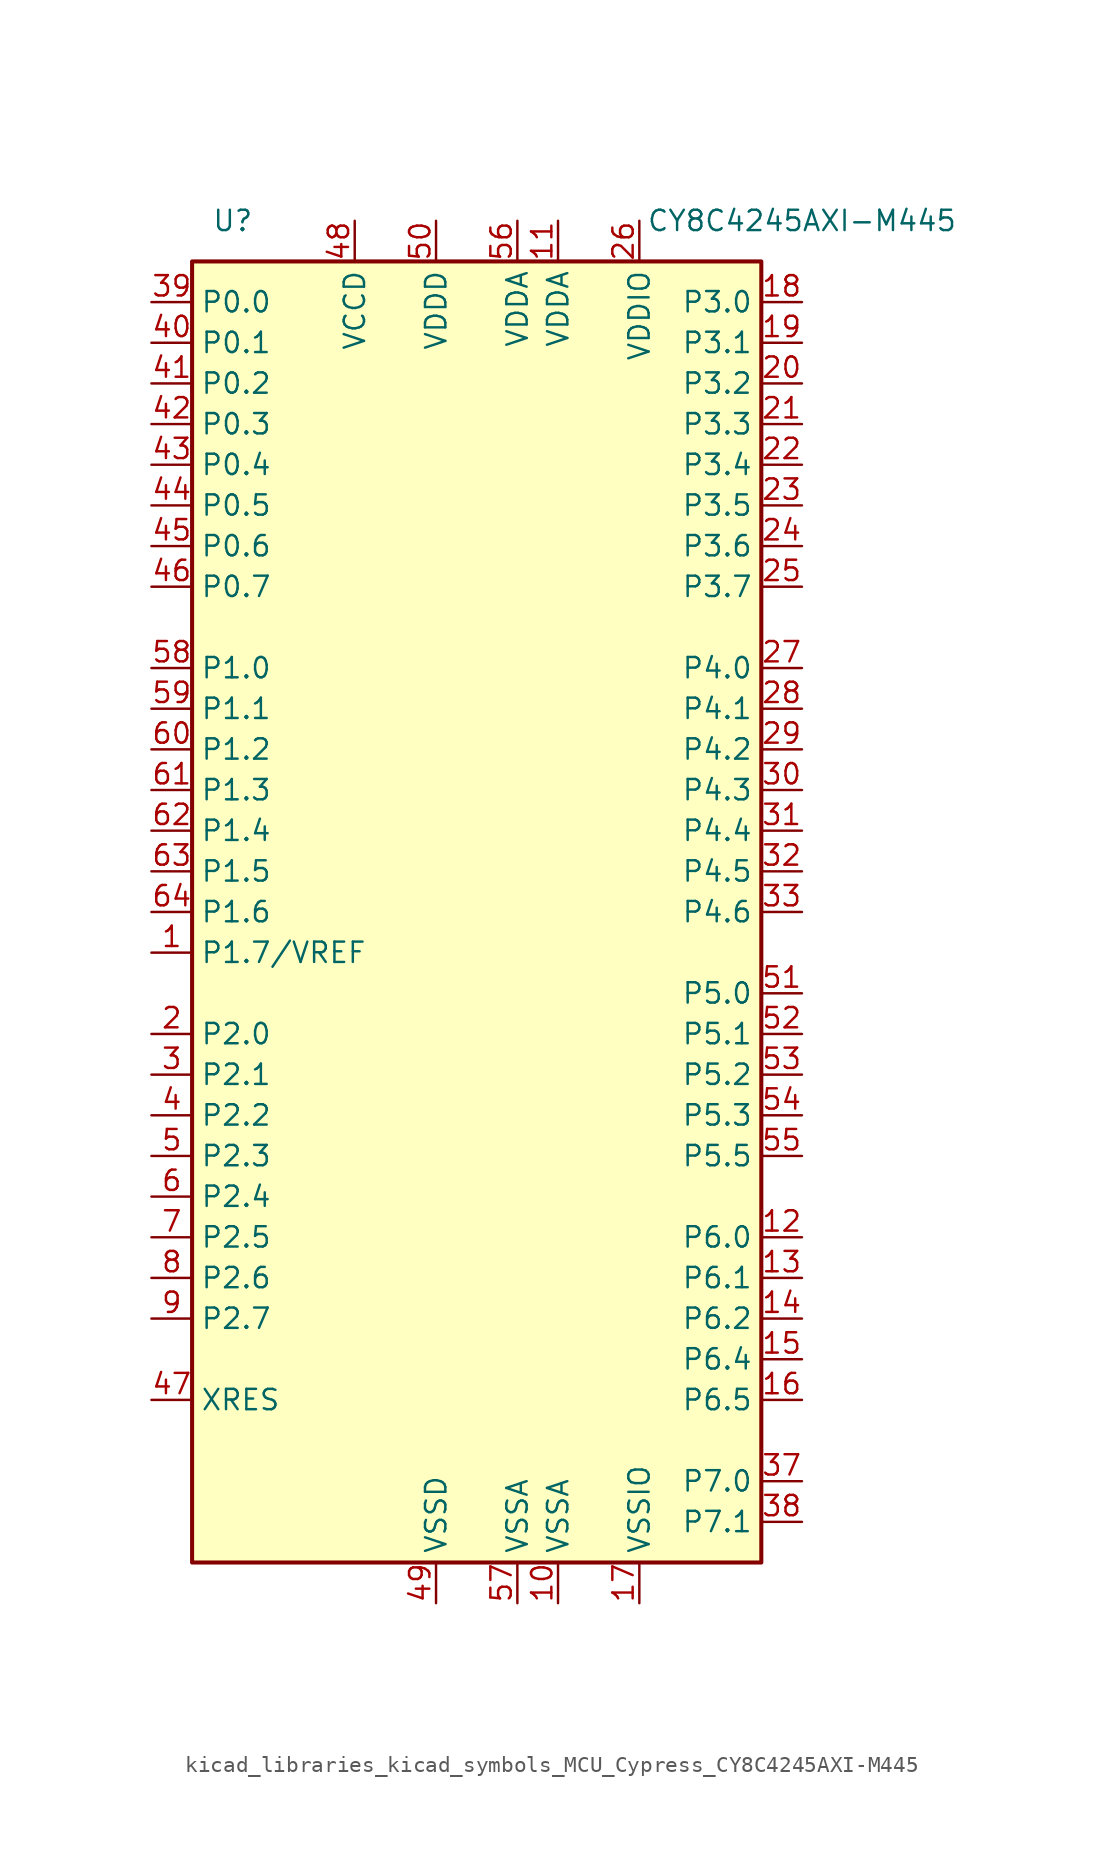
<source format=kicad_sym>
(kicad_symbol_lib
  (version 20220914)
  (generator kicad_symbol_editor)
  (symbol "kicad_libraries_kicad_symbols_MCU_Cypress_CY8C4245AXI-M445"
    (property "Reference" "U"
      (at -15.24 43.18 0)
      (effects (font (size 1.27 1.27))))
    (property "Value" "CY8C4245AXI-M445"
      (at 20.32 43.18 0)
      (effects (font (size 1.27 1.27))))
    (symbol "kicad_libraries_kicad_symbols_MCU_Cypress_CY8C4245AXI-M445_0_1"
      (rectangle (start -17.78 40.64) (end 17.78 -40.64) (stroke (width 0.254) (type default)) (fill (type background))))
    (symbol "kicad_libraries_kicad_symbols_MCU_Cypress_CY8C4245AXI-M445_1_1"
      (pin bidirectional line (at -20.32 -2.54 0) (length 2.54) (name "P1.7/VREF" (effects (font (size 1.27 1.27)))) (number "1" (effects (font (size 1.27 1.27)))))
      (pin power_in line (at 5.08 -43.18 90) (length 2.54) (name "VSSA" (effects (font (size 1.27 1.27)))) (number "10" (effects (font (size 1.27 1.27)))))
      (pin power_in line (at 5.08 43.18 270) (length 2.54) (name "VDDA" (effects (font (size 1.27 1.27)))) (number "11" (effects (font (size 1.27 1.27)))))
      (pin bidirectional line (at 20.32 -20.32 180) (length 2.54) (name "P6.0" (effects (font (size 1.27 1.27)))) (number "12" (effects (font (size 1.27 1.27)))))
      (pin bidirectional line (at 20.32 -22.86 180) (length 2.54) (name "P6.1" (effects (font (size 1.27 1.27)))) (number "13" (effects (font (size 1.27 1.27)))))
      (pin bidirectional line (at 20.32 -25.4 180) (length 2.54) (name "P6.2" (effects (font (size 1.27 1.27)))) (number "14" (effects (font (size 1.27 1.27)))))
      (pin bidirectional line (at 20.32 -27.94 180) (length 2.54) (name "P6.4" (effects (font (size 1.27 1.27)))) (number "15" (effects (font (size 1.27 1.27)))))
      (pin bidirectional line (at 20.32 -30.48 180) (length 2.54) (name "P6.5" (effects (font (size 1.27 1.27)))) (number "16" (effects (font (size 1.27 1.27)))))
      (pin power_in line (at 10.16 -43.18 90) (length 2.54) (name "VSSIO" (effects (font (size 1.27 1.27)))) (number "17" (effects (font (size 1.27 1.27)))))
      (pin bidirectional line (at 20.32 38.1 180) (length 2.54) (name "P3.0" (effects (font (size 1.27 1.27)))) (number "18" (effects (font (size 1.27 1.27)))))
      (pin bidirectional line (at 20.32 35.56 180) (length 2.54) (name "P3.1" (effects (font (size 1.27 1.27)))) (number "19" (effects (font (size 1.27 1.27)))))
      (pin bidirectional line (at -20.32 -7.62 0) (length 2.54) (name "P2.0" (effects (font (size 1.27 1.27)))) (number "2" (effects (font (size 1.27 1.27)))))
      (pin bidirectional line (at 20.32 33.02 180) (length 2.54) (name "P3.2" (effects (font (size 1.27 1.27)))) (number "20" (effects (font (size 1.27 1.27)))))
      (pin bidirectional line (at 20.32 30.48 180) (length 2.54) (name "P3.3" (effects (font (size 1.27 1.27)))) (number "21" (effects (font (size 1.27 1.27)))))
      (pin bidirectional line (at 20.32 27.94 180) (length 2.54) (name "P3.4" (effects (font (size 1.27 1.27)))) (number "22" (effects (font (size 1.27 1.27)))))
      (pin bidirectional line (at 20.32 25.4 180) (length 2.54) (name "P3.5" (effects (font (size 1.27 1.27)))) (number "23" (effects (font (size 1.27 1.27)))))
      (pin bidirectional line (at 20.32 22.86 180) (length 2.54) (name "P3.6" (effects (font (size 1.27 1.27)))) (number "24" (effects (font (size 1.27 1.27)))))
      (pin bidirectional line (at 20.32 20.32 180) (length 2.54) (name "P3.7" (effects (font (size 1.27 1.27)))) (number "25" (effects (font (size 1.27 1.27)))))
      (pin power_in line (at 10.16 43.18 270) (length 2.54) (name "VDDIO" (effects (font (size 1.27 1.27)))) (number "26" (effects (font (size 1.27 1.27)))))
      (pin bidirectional line (at 20.32 15.24 180) (length 2.54) (name "P4.0" (effects (font (size 1.27 1.27)))) (number "27" (effects (font (size 1.27 1.27)))))
      (pin bidirectional line (at 20.32 12.7 180) (length 2.54) (name "P4.1" (effects (font (size 1.27 1.27)))) (number "28" (effects (font (size 1.27 1.27)))))
      (pin bidirectional line (at 20.32 10.16 180) (length 2.54) (name "P4.2" (effects (font (size 1.27 1.27)))) (number "29" (effects (font (size 1.27 1.27)))))
      (pin bidirectional line (at -20.32 -10.16 0) (length 2.54) (name "P2.1" (effects (font (size 1.27 1.27)))) (number "3" (effects (font (size 1.27 1.27)))))
      (pin bidirectional line (at 20.32 7.62 180) (length 2.54) (name "P4.3" (effects (font (size 1.27 1.27)))) (number "30" (effects (font (size 1.27 1.27)))))
      (pin bidirectional line (at 20.32 5.08 180) (length 2.54) (name "P4.4" (effects (font (size 1.27 1.27)))) (number "31" (effects (font (size 1.27 1.27)))))
      (pin bidirectional line (at 20.32 2.54 180) (length 2.54) (name "P4.5" (effects (font (size 1.27 1.27)))) (number "32" (effects (font (size 1.27 1.27)))))
      (pin bidirectional line (at 20.32 0 180) (length 2.54) (name "P4.6" (effects (font (size 1.27 1.27)))) (number "33" (effects (font (size 1.27 1.27)))))
      (pin bidirectional line (at 20.32 -35.56 180) (length 2.54) (name "P7.0" (effects (font (size 1.27 1.27)))) (number "37" (effects (font (size 1.27 1.27)))))
      (pin bidirectional line (at 20.32 -38.1 180) (length 2.54) (name "P7.1" (effects (font (size 1.27 1.27)))) (number "38" (effects (font (size 1.27 1.27)))))
      (pin bidirectional line (at -20.32 38.1 0) (length 2.54) (name "P0.0" (effects (font (size 1.27 1.27)))) (number "39" (effects (font (size 1.27 1.27)))))
      (pin bidirectional line (at -20.32 -12.7 0) (length 2.54) (name "P2.2" (effects (font (size 1.27 1.27)))) (number "4" (effects (font (size 1.27 1.27)))))
      (pin bidirectional line (at -20.32 35.56 0) (length 2.54) (name "P0.1" (effects (font (size 1.27 1.27)))) (number "40" (effects (font (size 1.27 1.27)))))
      (pin bidirectional line (at -20.32 33.02 0) (length 2.54) (name "P0.2" (effects (font (size 1.27 1.27)))) (number "41" (effects (font (size 1.27 1.27)))))
      (pin bidirectional line (at -20.32 30.48 0) (length 2.54) (name "P0.3" (effects (font (size 1.27 1.27)))) (number "42" (effects (font (size 1.27 1.27)))))
      (pin bidirectional line (at -20.32 27.94 0) (length 2.54) (name "P0.4" (effects (font (size 1.27 1.27)))) (number "43" (effects (font (size 1.27 1.27)))))
      (pin bidirectional line (at -20.32 25.4 0) (length 2.54) (name "P0.5" (effects (font (size 1.27 1.27)))) (number "44" (effects (font (size 1.27 1.27)))))
      (pin bidirectional line (at -20.32 22.86 0) (length 2.54) (name "P0.6" (effects (font (size 1.27 1.27)))) (number "45" (effects (font (size 1.27 1.27)))))
      (pin bidirectional line (at -20.32 20.32 0) (length 2.54) (name "P0.7" (effects (font (size 1.27 1.27)))) (number "46" (effects (font (size 1.27 1.27)))))
      (pin input line (at -20.32 -30.48 0) (length 2.54) (name "XRES" (effects (font (size 1.27 1.27)))) (number "47" (effects (font (size 1.27 1.27)))))
      (pin power_out line (at -7.62 43.18 270) (length 2.54) (name "VCCD" (effects (font (size 1.27 1.27)))) (number "48" (effects (font (size 1.27 1.27)))))
      (pin power_in line (at -2.54 -43.18 90) (length 2.54) (name "VSSD" (effects (font (size 1.27 1.27)))) (number "49" (effects (font (size 1.27 1.27)))))
      (pin bidirectional line (at -20.32 -15.24 0) (length 2.54) (name "P2.3" (effects (font (size 1.27 1.27)))) (number "5" (effects (font (size 1.27 1.27)))))
      (pin power_in line (at -2.54 43.18 270) (length 2.54) (name "VDDD" (effects (font (size 1.27 1.27)))) (number "50" (effects (font (size 1.27 1.27)))))
      (pin bidirectional line (at 20.32 -5.08 180) (length 2.54) (name "P5.0" (effects (font (size 1.27 1.27)))) (number "51" (effects (font (size 1.27 1.27)))))
      (pin bidirectional line (at 20.32 -7.62 180) (length 2.54) (name "P5.1" (effects (font (size 1.27 1.27)))) (number "52" (effects (font (size 1.27 1.27)))))
      (pin bidirectional line (at 20.32 -10.16 180) (length 2.54) (name "P5.2" (effects (font (size 1.27 1.27)))) (number "53" (effects (font (size 1.27 1.27)))))
      (pin bidirectional line (at 20.32 -12.7 180) (length 2.54) (name "P5.3" (effects (font (size 1.27 1.27)))) (number "54" (effects (font (size 1.27 1.27)))))
      (pin bidirectional line (at 20.32 -15.24 180) (length 2.54) (name "P5.5" (effects (font (size 1.27 1.27)))) (number "55" (effects (font (size 1.27 1.27)))))
      (pin power_in line (at 2.54 43.18 270) (length 2.54) (name "VDDA" (effects (font (size 1.27 1.27)))) (number "56" (effects (font (size 1.27 1.27)))))
      (pin power_in line (at 2.54 -43.18 90) (length 2.54) (name "VSSA" (effects (font (size 1.27 1.27)))) (number "57" (effects (font (size 1.27 1.27)))))
      (pin bidirectional line (at -20.32 15.24 0) (length 2.54) (name "P1.0" (effects (font (size 1.27 1.27)))) (number "58" (effects (font (size 1.27 1.27)))))
      (pin bidirectional line (at -20.32 12.7 0) (length 2.54) (name "P1.1" (effects (font (size 1.27 1.27)))) (number "59" (effects (font (size 1.27 1.27)))))
      (pin bidirectional line (at -20.32 -17.78 0) (length 2.54) (name "P2.4" (effects (font (size 1.27 1.27)))) (number "6" (effects (font (size 1.27 1.27)))))
      (pin bidirectional line (at -20.32 10.16 0) (length 2.54) (name "P1.2" (effects (font (size 1.27 1.27)))) (number "60" (effects (font (size 1.27 1.27)))))
      (pin bidirectional line (at -20.32 7.62 0) (length 2.54) (name "P1.3" (effects (font (size 1.27 1.27)))) (number "61" (effects (font (size 1.27 1.27)))))
      (pin bidirectional line (at -20.32 5.08 0) (length 2.54) (name "P1.4" (effects (font (size 1.27 1.27)))) (number "62" (effects (font (size 1.27 1.27)))))
      (pin bidirectional line (at -20.32 2.54 0) (length 2.54) (name "P1.5" (effects (font (size 1.27 1.27)))) (number "63" (effects (font (size 1.27 1.27)))))
      (pin bidirectional line (at -20.32 0 0) (length 2.54) (name "P1.6" (effects (font (size 1.27 1.27)))) (number "64" (effects (font (size 1.27 1.27)))))
      (pin bidirectional line (at -20.32 -20.32 0) (length 2.54) (name "P2.5" (effects (font (size 1.27 1.27)))) (number "7" (effects (font (size 1.27 1.27)))))
      (pin bidirectional line (at -20.32 -22.86 0) (length 2.54) (name "P2.6" (effects (font (size 1.27 1.27)))) (number "8" (effects (font (size 1.27 1.27)))))
      (pin bidirectional line (at -20.32 -25.4 0) (length 2.54) (name "P2.7" (effects (font (size 1.27 1.27)))) (number "9" (effects (font (size 1.27 1.27))))))))
</source>
